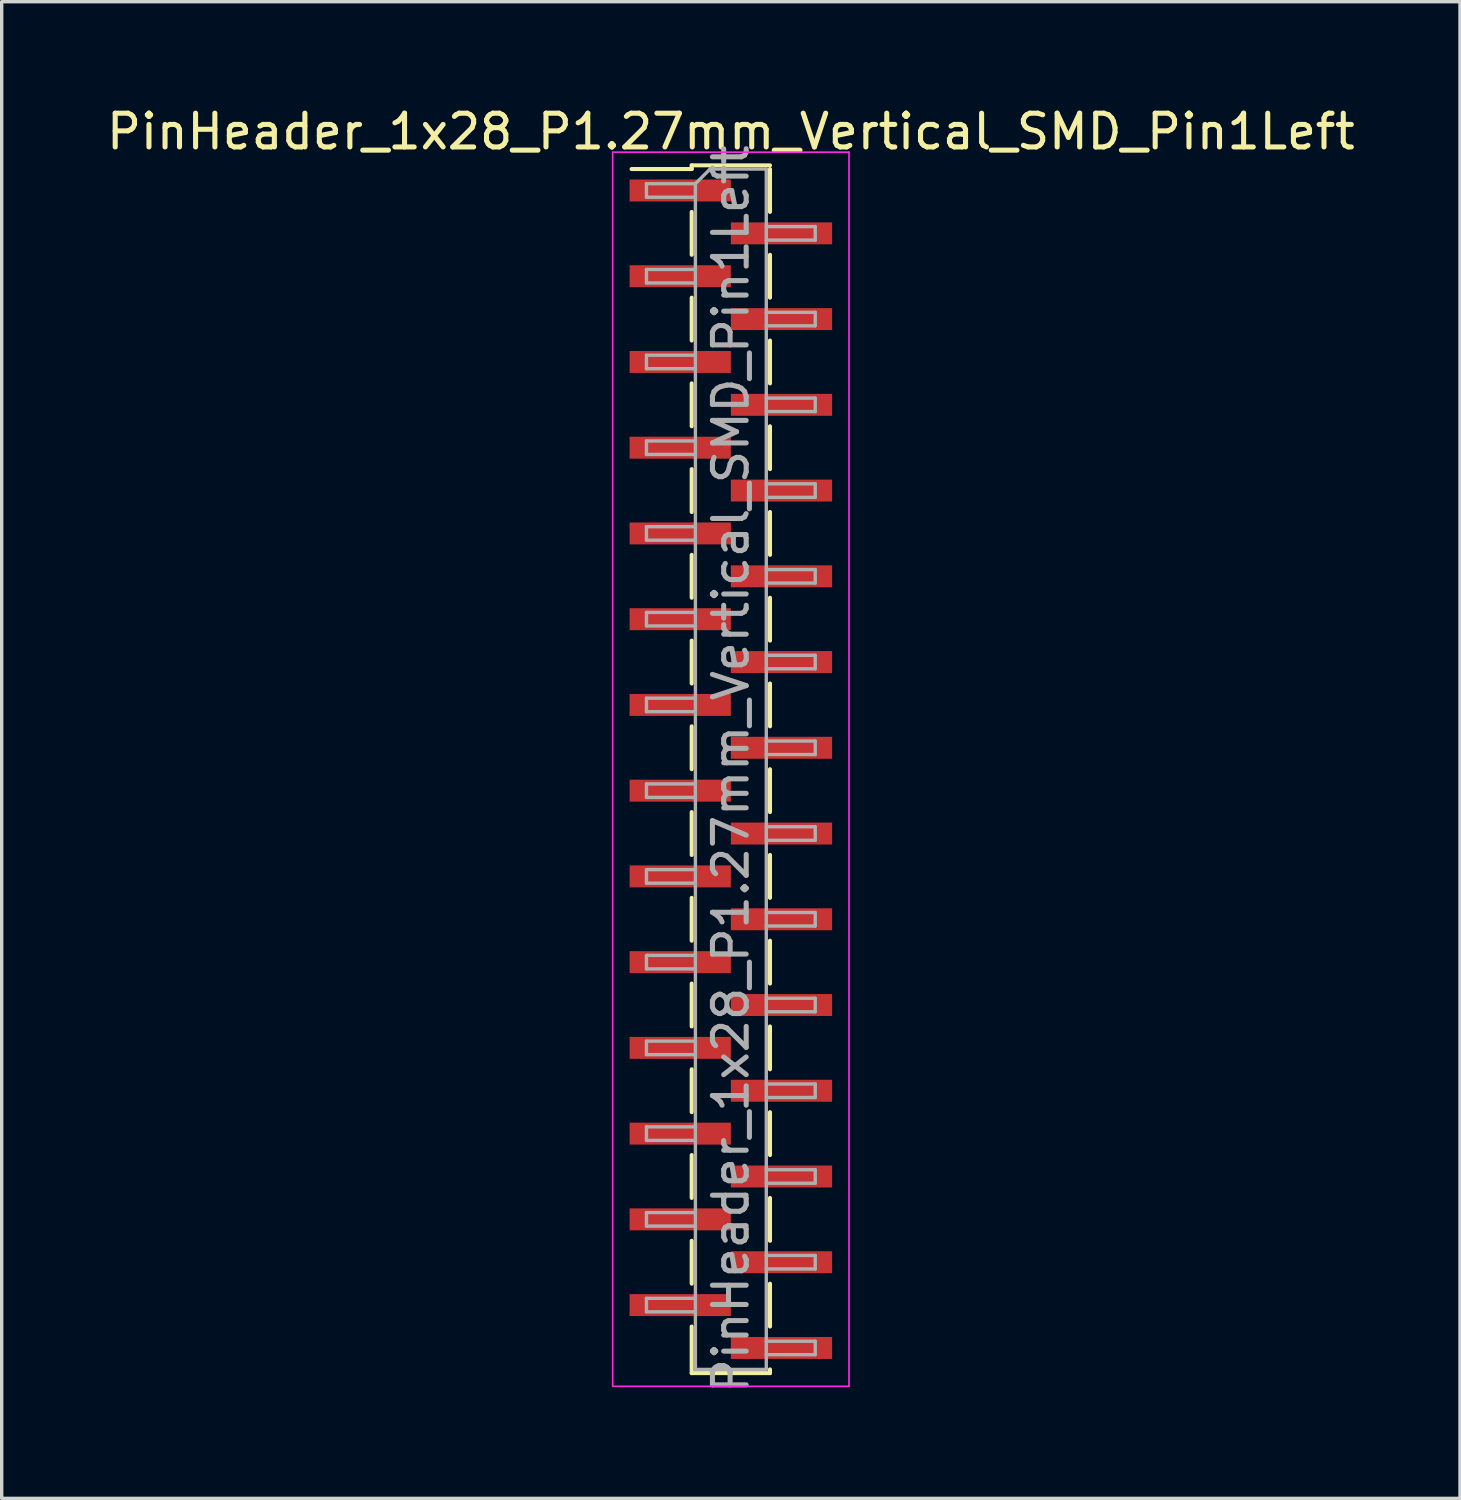
<source format=kicad_pcb>
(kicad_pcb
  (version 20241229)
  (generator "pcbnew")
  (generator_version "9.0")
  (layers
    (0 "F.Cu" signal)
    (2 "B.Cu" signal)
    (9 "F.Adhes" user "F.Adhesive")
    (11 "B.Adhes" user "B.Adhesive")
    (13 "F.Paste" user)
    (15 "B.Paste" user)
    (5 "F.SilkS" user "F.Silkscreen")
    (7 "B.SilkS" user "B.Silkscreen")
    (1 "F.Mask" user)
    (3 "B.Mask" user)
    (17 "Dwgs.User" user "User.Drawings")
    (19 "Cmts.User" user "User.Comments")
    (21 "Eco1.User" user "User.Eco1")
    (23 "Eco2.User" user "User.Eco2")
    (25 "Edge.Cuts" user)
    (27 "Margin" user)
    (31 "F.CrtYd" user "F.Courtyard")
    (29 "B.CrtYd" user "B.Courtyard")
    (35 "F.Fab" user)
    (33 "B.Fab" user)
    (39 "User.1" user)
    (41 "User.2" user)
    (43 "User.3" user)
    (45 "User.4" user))
  (footprint "PinHeader_1x28_P1.27mm_Vertical_SMD_Pin1Left"
    (layer "F.Cu")
    (at 18.601 19.738)
    (property "Reference" "PinHeader_1x28_P1.27mm_Vertical_SMD_Pin1Left" (at 0 -18.89 0) (layer "F.SilkS") (effects (font (size 1 1) (thickness 0.15))))
    (attr smd)
    (fp_line (start -1.16 -17.89) (end -1.16 -17.78) (stroke (width 0.12) (type solid)) (layer "F.SilkS"))
    (fp_line (start -1.16 -17.89) (end 1.16 -17.89) (stroke (width 0.12) (type solid)) (layer "F.SilkS"))
    (fp_line (start -1.16 -17.78) (end -2.94 -17.78) (stroke (width 0.12) (type solid)) (layer "F.SilkS"))
    (fp_line (start -1.16 -16.51) (end -1.16 -15.24) (stroke (width 0.12) (type solid)) (layer "F.SilkS"))
    (fp_line (start -1.16 -13.97) (end -1.16 -12.7) (stroke (width 0.12) (type solid)) (layer "F.SilkS"))
    (fp_line (start -1.16 -11.43) (end -1.16 -10.16) (stroke (width 0.12) (type solid)) (layer "F.SilkS"))
    (fp_line (start -1.16 -8.89) (end -1.16 -7.62) (stroke (width 0.12) (type solid)) (layer "F.SilkS"))
    (fp_line (start -1.16 -6.35) (end -1.16 -5.08) (stroke (width 0.12) (type solid)) (layer "F.SilkS"))
    (fp_line (start -1.16 -3.81) (end -1.16 -2.54) (stroke (width 0.12) (type solid)) (layer "F.SilkS"))
    (fp_line (start -1.16 -1.27) (end -1.16 0) (stroke (width 0.12) (type solid)) (layer "F.SilkS"))
    (fp_line (start -1.16 1.27) (end -1.16 2.54) (stroke (width 0.12) (type solid)) (layer "F.SilkS"))
    (fp_line (start -1.16 3.81) (end -1.16 5.08) (stroke (width 0.12) (type solid)) (layer "F.SilkS"))
    (fp_line (start -1.16 6.35) (end -1.16 7.62) (stroke (width 0.12) (type solid)) (layer "F.SilkS"))
    (fp_line (start -1.16 8.89) (end -1.16 10.16) (stroke (width 0.12) (type solid)) (layer "F.SilkS"))
    (fp_line (start -1.16 11.43) (end -1.16 12.7) (stroke (width 0.12) (type solid)) (layer "F.SilkS"))
    (fp_line (start -1.16 13.97) (end -1.16 15.24) (stroke (width 0.12) (type solid)) (layer "F.SilkS"))
    (fp_line (start -1.16 16.51) (end -1.16 17.89) (stroke (width 0.12) (type solid)) (layer "F.SilkS"))
    (fp_line (start -1.16 17.89) (end 1.16 17.89) (stroke (width 0.12) (type solid)) (layer "F.SilkS"))
    (fp_line (start 1.16 -17.78) (end 1.16 -16.51) (stroke (width 0.12) (type solid)) (layer "F.SilkS"))
    (fp_line (start 1.16 -15.24) (end 1.16 -13.97) (stroke (width 0.12) (type solid)) (layer "F.SilkS"))
    (fp_line (start 1.16 -12.7) (end 1.16 -11.43) (stroke (width 0.12) (type solid)) (layer "F.SilkS"))
    (fp_line (start 1.16 -10.16) (end 1.16 -8.89) (stroke (width 0.12) (type solid)) (layer "F.SilkS"))
    (fp_line (start 1.16 -7.62) (end 1.16 -6.35) (stroke (width 0.12) (type solid)) (layer "F.SilkS"))
    (fp_line (start 1.16 -5.08) (end 1.16 -3.81) (stroke (width 0.12) (type solid)) (layer "F.SilkS"))
    (fp_line (start 1.16 -2.54) (end 1.16 -1.27) (stroke (width 0.12) (type solid)) (layer "F.SilkS"))
    (fp_line (start 1.16 0) (end 1.16 1.27) (stroke (width 0.12) (type solid)) (layer "F.SilkS"))
    (fp_line (start 1.16 2.54) (end 1.16 3.81) (stroke (width 0.12) (type solid)) (layer "F.SilkS"))
    (fp_line (start 1.16 5.08) (end 1.16 6.35) (stroke (width 0.12) (type solid)) (layer "F.SilkS"))
    (fp_line (start 1.16 7.62) (end 1.16 8.89) (stroke (width 0.12) (type solid)) (layer "F.SilkS"))
    (fp_line (start 1.16 10.16) (end 1.16 11.43) (stroke (width 0.12) (type solid)) (layer "F.SilkS"))
    (fp_line (start 1.16 12.7) (end 1.16 13.97) (stroke (width 0.12) (type solid)) (layer "F.SilkS"))
    (fp_line (start 1.16 15.24) (end 1.16 16.51) (stroke (width 0.12) (type solid)) (layer "F.SilkS"))
    (fp_line (start 1.16 17.78) (end 1.16 17.89) (stroke (width 0.12) (type solid)) (layer "F.SilkS"))
    (fp_line (start -3.5 -18.28) (end -3.5 18.28) (stroke (width 0.05) (type solid)) (layer "F.CrtYd"))
    (fp_line (start -3.5 18.28) (end 3.5 18.28) (stroke (width 0.05) (type solid)) (layer "F.CrtYd"))
    (fp_line (start 3.5 -18.28) (end -3.5 -18.28) (stroke (width 0.05) (type solid)) (layer "F.CrtYd"))
    (fp_line (start 3.5 18.28) (end 3.5 -18.28) (stroke (width 0.05) (type solid)) (layer "F.CrtYd"))
    (fp_line (start -2.5 -17.345) (end -2.5 -16.945) (stroke (width 0.1) (type solid)) (layer "F.Fab"))
    (fp_line (start -2.5 -16.945) (end -1.05 -16.945) (stroke (width 0.1) (type solid)) (layer "F.Fab"))
    (fp_line (start -2.5 -14.805) (end -2.5 -14.405) (stroke (width 0.1) (type solid)) (layer "F.Fab"))
    (fp_line (start -2.5 -14.405) (end -1.05 -14.405) (stroke (width 0.1) (type solid)) (layer "F.Fab"))
    (fp_line (start -2.5 -12.265) (end -2.5 -11.865) (stroke (width 0.1) (type solid)) (layer "F.Fab"))
    (fp_line (start -2.5 -11.865) (end -1.05 -11.865) (stroke (width 0.1) (type solid)) (layer "F.Fab"))
    (fp_line (start -2.5 -9.725) (end -2.5 -9.325) (stroke (width 0.1) (type solid)) (layer "F.Fab"))
    (fp_line (start -2.5 -9.325) (end -1.05 -9.325) (stroke (width 0.1) (type solid)) (layer "F.Fab"))
    (fp_line (start -2.5 -7.185) (end -2.5 -6.785) (stroke (width 0.1) (type solid)) (layer "F.Fab"))
    (fp_line (start -2.5 -6.785) (end -1.05 -6.785) (stroke (width 0.1) (type solid)) (layer "F.Fab"))
    (fp_line (start -2.5 -4.645) (end -2.5 -4.245) (stroke (width 0.1) (type solid)) (layer "F.Fab"))
    (fp_line (start -2.5 -4.245) (end -1.05 -4.245) (stroke (width 0.1) (type solid)) (layer "F.Fab"))
    (fp_line (start -2.5 -2.105) (end -2.5 -1.705) (stroke (width 0.1) (type solid)) (layer "F.Fab"))
    (fp_line (start -2.5 -1.705) (end -1.05 -1.705) (stroke (width 0.1) (type solid)) (layer "F.Fab"))
    (fp_line (start -2.5 0.435) (end -2.5 0.835) (stroke (width 0.1) (type solid)) (layer "F.Fab"))
    (fp_line (start -2.5 0.835) (end -1.05 0.835) (stroke (width 0.1) (type solid)) (layer "F.Fab"))
    (fp_line (start -2.5 2.975) (end -2.5 3.375) (stroke (width 0.1) (type solid)) (layer "F.Fab"))
    (fp_line (start -2.5 3.375) (end -1.05 3.375) (stroke (width 0.1) (type solid)) (layer "F.Fab"))
    (fp_line (start -2.5 5.515) (end -2.5 5.915) (stroke (width 0.1) (type solid)) (layer "F.Fab"))
    (fp_line (start -2.5 5.915) (end -1.05 5.915) (stroke (width 0.1) (type solid)) (layer "F.Fab"))
    (fp_line (start -2.5 8.055) (end -2.5 8.455) (stroke (width 0.1) (type solid)) (layer "F.Fab"))
    (fp_line (start -2.5 8.455) (end -1.05 8.455) (stroke (width 0.1) (type solid)) (layer "F.Fab"))
    (fp_line (start -2.5 10.595) (end -2.5 10.995) (stroke (width 0.1) (type solid)) (layer "F.Fab"))
    (fp_line (start -2.5 10.995) (end -1.05 10.995) (stroke (width 0.1) (type solid)) (layer "F.Fab"))
    (fp_line (start -2.5 13.135) (end -2.5 13.535) (stroke (width 0.1) (type solid)) (layer "F.Fab"))
    (fp_line (start -2.5 13.535) (end -1.05 13.535) (stroke (width 0.1) (type solid)) (layer "F.Fab"))
    (fp_line (start -2.5 15.675) (end -2.5 16.075) (stroke (width 0.1) (type solid)) (layer "F.Fab"))
    (fp_line (start -2.5 16.075) (end -1.05 16.075) (stroke (width 0.1) (type solid)) (layer "F.Fab"))
    (fp_line (start -1.05 -17.345) (end -2.5 -17.345) (stroke (width 0.1) (type solid)) (layer "F.Fab"))
    (fp_line (start -1.05 -17.345) (end -0.615 -17.78) (stroke (width 0.1) (type solid)) (layer "F.Fab"))
    (fp_line (start -1.05 -14.805) (end -2.5 -14.805) (stroke (width 0.1) (type solid)) (layer "F.Fab"))
    (fp_line (start -1.05 -12.265) (end -2.5 -12.265) (stroke (width 0.1) (type solid)) (layer "F.Fab"))
    (fp_line (start -1.05 -9.725) (end -2.5 -9.725) (stroke (width 0.1) (type solid)) (layer "F.Fab"))
    (fp_line (start -1.05 -7.185) (end -2.5 -7.185) (stroke (width 0.1) (type solid)) (layer "F.Fab"))
    (fp_line (start -1.05 -4.645) (end -2.5 -4.645) (stroke (width 0.1) (type solid)) (layer "F.Fab"))
    (fp_line (start -1.05 -2.105) (end -2.5 -2.105) (stroke (width 0.1) (type solid)) (layer "F.Fab"))
    (fp_line (start -1.05 0.435) (end -2.5 0.435) (stroke (width 0.1) (type solid)) (layer "F.Fab"))
    (fp_line (start -1.05 2.975) (end -2.5 2.975) (stroke (width 0.1) (type solid)) (layer "F.Fab"))
    (fp_line (start -1.05 5.515) (end -2.5 5.515) (stroke (width 0.1) (type solid)) (layer "F.Fab"))
    (fp_line (start -1.05 8.055) (end -2.5 8.055) (stroke (width 0.1) (type solid)) (layer "F.Fab"))
    (fp_line (start -1.05 10.595) (end -2.5 10.595) (stroke (width 0.1) (type solid)) (layer "F.Fab"))
    (fp_line (start -1.05 13.135) (end -2.5 13.135) (stroke (width 0.1) (type solid)) (layer "F.Fab"))
    (fp_line (start -1.05 15.675) (end -2.5 15.675) (stroke (width 0.1) (type solid)) (layer "F.Fab"))
    (fp_line (start -1.05 17.78) (end -1.05 -17.345) (stroke (width 0.1) (type solid)) (layer "F.Fab"))
    (fp_line (start -0.615 -17.78) (end 1.05 -17.78) (stroke (width 0.1) (type solid)) (layer "F.Fab"))
    (fp_line (start 1.05 -17.78) (end 1.05 17.78) (stroke (width 0.1) (type solid)) (layer "F.Fab"))
    (fp_line (start 1.05 -16.075) (end 2.5 -16.075) (stroke (width 0.1) (type solid)) (layer "F.Fab"))
    (fp_line (start 1.05 -13.535) (end 2.5 -13.535) (stroke (width 0.1) (type solid)) (layer "F.Fab"))
    (fp_line (start 1.05 -10.995) (end 2.5 -10.995) (stroke (width 0.1) (type solid)) (layer "F.Fab"))
    (fp_line (start 1.05 -8.455) (end 2.5 -8.455) (stroke (width 0.1) (type solid)) (layer "F.Fab"))
    (fp_line (start 1.05 -5.915) (end 2.5 -5.915) (stroke (width 0.1) (type solid)) (layer "F.Fab"))
    (fp_line (start 1.05 -3.375) (end 2.5 -3.375) (stroke (width 0.1) (type solid)) (layer "F.Fab"))
    (fp_line (start 1.05 -0.835) (end 2.5 -0.835) (stroke (width 0.1) (type solid)) (layer "F.Fab"))
    (fp_line (start 1.05 1.705) (end 2.5 1.705) (stroke (width 0.1) (type solid)) (layer "F.Fab"))
    (fp_line (start 1.05 4.245) (end 2.5 4.245) (stroke (width 0.1) (type solid)) (layer "F.Fab"))
    (fp_line (start 1.05 6.785) (end 2.5 6.785) (stroke (width 0.1) (type solid)) (layer "F.Fab"))
    (fp_line (start 1.05 9.325) (end 2.5 9.325) (stroke (width 0.1) (type solid)) (layer "F.Fab"))
    (fp_line (start 1.05 11.865) (end 2.5 11.865) (stroke (width 0.1) (type solid)) (layer "F.Fab"))
    (fp_line (start 1.05 14.405) (end 2.5 14.405) (stroke (width 0.1) (type solid)) (layer "F.Fab"))
    (fp_line (start 1.05 16.945) (end 2.5 16.945) (stroke (width 0.1) (type solid)) (layer "F.Fab"))
    (fp_line (start 1.05 17.78) (end -1.05 17.78) (stroke (width 0.1) (type solid)) (layer "F.Fab"))
    (fp_line (start 2.5 -16.075) (end 2.5 -15.675) (stroke (width 0.1) (type solid)) (layer "F.Fab"))
    (fp_line (start 2.5 -15.675) (end 1.05 -15.675) (stroke (width 0.1) (type solid)) (layer "F.Fab"))
    (fp_line (start 2.5 -13.535) (end 2.5 -13.135) (stroke (width 0.1) (type solid)) (layer "F.Fab"))
    (fp_line (start 2.5 -13.135) (end 1.05 -13.135) (stroke (width 0.1) (type solid)) (layer "F.Fab"))
    (fp_line (start 2.5 -10.995) (end 2.5 -10.595) (stroke (width 0.1) (type solid)) (layer "F.Fab"))
    (fp_line (start 2.5 -10.595) (end 1.05 -10.595) (stroke (width 0.1) (type solid)) (layer "F.Fab"))
    (fp_line (start 2.5 -8.455) (end 2.5 -8.055) (stroke (width 0.1) (type solid)) (layer "F.Fab"))
    (fp_line (start 2.5 -8.055) (end 1.05 -8.055) (stroke (width 0.1) (type solid)) (layer "F.Fab"))
    (fp_line (start 2.5 -5.915) (end 2.5 -5.515) (stroke (width 0.1) (type solid)) (layer "F.Fab"))
    (fp_line (start 2.5 -5.515) (end 1.05 -5.515) (stroke (width 0.1) (type solid)) (layer "F.Fab"))
    (fp_line (start 2.5 -3.375) (end 2.5 -2.975) (stroke (width 0.1) (type solid)) (layer "F.Fab"))
    (fp_line (start 2.5 -2.975) (end 1.05 -2.975) (stroke (width 0.1) (type solid)) (layer "F.Fab"))
    (fp_line (start 2.5 -0.835) (end 2.5 -0.435) (stroke (width 0.1) (type solid)) (layer "F.Fab"))
    (fp_line (start 2.5 -0.435) (end 1.05 -0.435) (stroke (width 0.1) (type solid)) (layer "F.Fab"))
    (fp_line (start 2.5 1.705) (end 2.5 2.105) (stroke (width 0.1) (type solid)) (layer "F.Fab"))
    (fp_line (start 2.5 2.105) (end 1.05 2.105) (stroke (width 0.1) (type solid)) (layer "F.Fab"))
    (fp_line (start 2.5 4.245) (end 2.5 4.645) (stroke (width 0.1) (type solid)) (layer "F.Fab"))
    (fp_line (start 2.5 4.645) (end 1.05 4.645) (stroke (width 0.1) (type solid)) (layer "F.Fab"))
    (fp_line (start 2.5 6.785) (end 2.5 7.185) (stroke (width 0.1) (type solid)) (layer "F.Fab"))
    (fp_line (start 2.5 7.185) (end 1.05 7.185) (stroke (width 0.1) (type solid)) (layer "F.Fab"))
    (fp_line (start 2.5 9.325) (end 2.5 9.725) (stroke (width 0.1) (type solid)) (layer "F.Fab"))
    (fp_line (start 2.5 9.725) (end 1.05 9.725) (stroke (width 0.1) (type solid)) (layer "F.Fab"))
    (fp_line (start 2.5 11.865) (end 2.5 12.265) (stroke (width 0.1) (type solid)) (layer "F.Fab"))
    (fp_line (start 2.5 12.265) (end 1.05 12.265) (stroke (width 0.1) (type solid)) (layer "F.Fab"))
    (fp_line (start 2.5 14.405) (end 2.5 14.805) (stroke (width 0.1) (type solid)) (layer "F.Fab"))
    (fp_line (start 2.5 14.805) (end 1.05 14.805) (stroke (width 0.1) (type solid)) (layer "F.Fab"))
    (fp_line (start 2.5 16.945) (end 2.5 17.345) (stroke (width 0.1) (type solid)) (layer "F.Fab"))
    (fp_line (start 2.5 17.345) (end 1.05 17.345) (stroke (width 0.1) (type solid)) (layer "F.Fab"))
    (fp_text user "${REFERENCE}" (at 0 0 90) (layer "F.Fab") (effects (font (size 1 1) (thickness 0.15))))
    (pad "1" smd rect (at -1.5 -17.145) (size 3 0.65) (layers "F.Cu" "F.Mask" "F.Paste"))
    (pad "2" smd rect (at 1.5 -15.875) (size 3 0.65) (layers "F.Cu" "F.Mask" "F.Paste"))
    (pad "3" smd rect (at -1.5 -14.605) (size 3 0.65) (layers "F.Cu" "F.Mask" "F.Paste"))
    (pad "4" smd rect (at 1.5 -13.335) (size 3 0.65) (layers "F.Cu" "F.Mask" "F.Paste"))
    (pad "5" smd rect (at -1.5 -12.065) (size 3 0.65) (layers "F.Cu" "F.Mask" "F.Paste"))
    (pad "6" smd rect (at 1.5 -10.795) (size 3 0.65) (layers "F.Cu" "F.Mask" "F.Paste"))
    (pad "7" smd rect (at -1.5 -9.525) (size 3 0.65) (layers "F.Cu" "F.Mask" "F.Paste"))
    (pad "8" smd rect (at 1.5 -8.255) (size 3 0.65) (layers "F.Cu" "F.Mask" "F.Paste"))
    (pad "9" smd rect (at -1.5 -6.985) (size 3 0.65) (layers "F.Cu" "F.Mask" "F.Paste"))
    (pad "10" smd rect (at 1.5 -5.715) (size 3 0.65) (layers "F.Cu" "F.Mask" "F.Paste"))
    (pad "11" smd rect (at -1.5 -4.445) (size 3 0.65) (layers "F.Cu" "F.Mask" "F.Paste"))
    (pad "12" smd rect (at 1.5 -3.175) (size 3 0.65) (layers "F.Cu" "F.Mask" "F.Paste"))
    (pad "13" smd rect (at -1.5 -1.905) (size 3 0.65) (layers "F.Cu" "F.Mask" "F.Paste"))
    (pad "14" smd rect (at 1.5 -0.635) (size 3 0.65) (layers "F.Cu" "F.Mask" "F.Paste"))
    (pad "15" smd rect (at -1.5 0.635) (size 3 0.65) (layers "F.Cu" "F.Mask" "F.Paste"))
    (pad "16" smd rect (at 1.5 1.905) (size 3 0.65) (layers "F.Cu" "F.Mask" "F.Paste"))
    (pad "17" smd rect (at -1.5 3.175) (size 3 0.65) (layers "F.Cu" "F.Mask" "F.Paste"))
    (pad "18" smd rect (at 1.5 4.445) (size 3 0.65) (layers "F.Cu" "F.Mask" "F.Paste"))
    (pad "19" smd rect (at -1.5 5.715) (size 3 0.65) (layers "F.Cu" "F.Mask" "F.Paste"))
    (pad "20" smd rect (at 1.5 6.985) (size 3 0.65) (layers "F.Cu" "F.Mask" "F.Paste"))
    (pad "21" smd rect (at -1.5 8.255) (size 3 0.65) (layers "F.Cu" "F.Mask" "F.Paste"))
    (pad "22" smd rect (at 1.5 9.525) (size 3 0.65) (layers "F.Cu" "F.Mask" "F.Paste"))
    (pad "23" smd rect (at -1.5 10.795) (size 3 0.65) (layers "F.Cu" "F.Mask" "F.Paste"))
    (pad "24" smd rect (at 1.5 12.065) (size 3 0.65) (layers "F.Cu" "F.Mask" "F.Paste"))
    (pad "25" smd rect (at -1.5 13.335) (size 3 0.65) (layers "F.Cu" "F.Mask" "F.Paste"))
    (pad "26" smd rect (at 1.5 14.605) (size 3 0.65) (layers "F.Cu" "F.Mask" "F.Paste"))
    (pad "27" smd rect (at -1.5 15.875) (size 3 0.65) (layers "F.Cu" "F.Mask" "F.Paste"))
    (pad "28" smd rect (at 1.5 17.145) (size 3 0.65) (layers "F.Cu" "F.Mask" "F.Paste")))
  (gr_rect
    (start -3 -3)
    (end 40.202 41.339)
    (stroke (width 0.1) (type default))
    (fill no)
    (layer "Edge.Cuts")))
</source>
